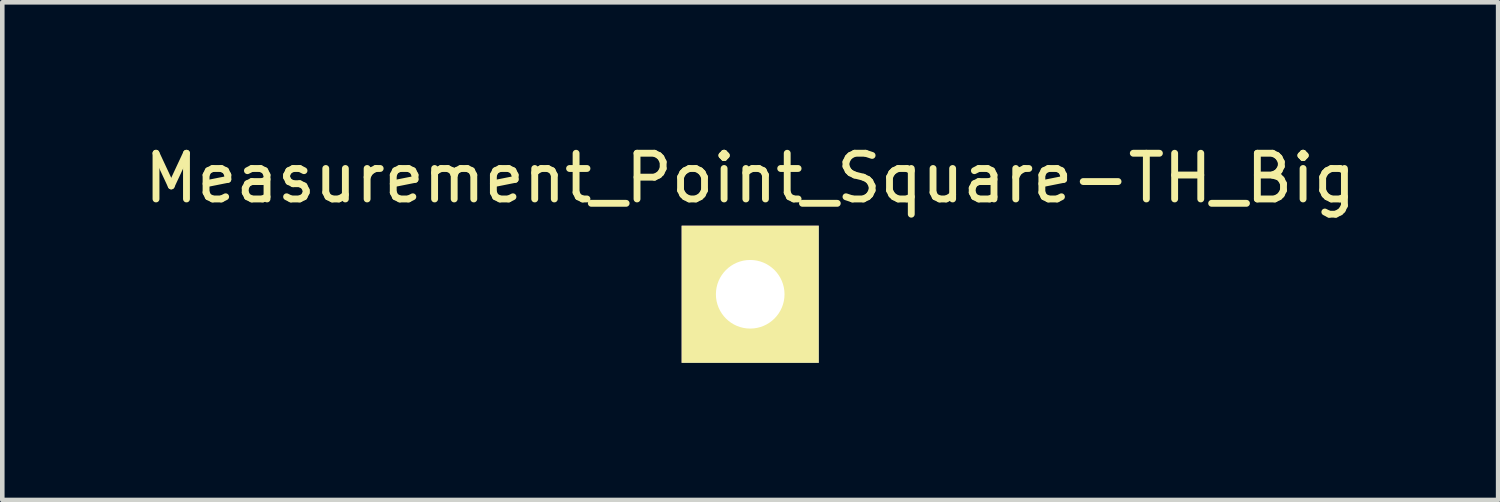
<source format=kicad_pcb>
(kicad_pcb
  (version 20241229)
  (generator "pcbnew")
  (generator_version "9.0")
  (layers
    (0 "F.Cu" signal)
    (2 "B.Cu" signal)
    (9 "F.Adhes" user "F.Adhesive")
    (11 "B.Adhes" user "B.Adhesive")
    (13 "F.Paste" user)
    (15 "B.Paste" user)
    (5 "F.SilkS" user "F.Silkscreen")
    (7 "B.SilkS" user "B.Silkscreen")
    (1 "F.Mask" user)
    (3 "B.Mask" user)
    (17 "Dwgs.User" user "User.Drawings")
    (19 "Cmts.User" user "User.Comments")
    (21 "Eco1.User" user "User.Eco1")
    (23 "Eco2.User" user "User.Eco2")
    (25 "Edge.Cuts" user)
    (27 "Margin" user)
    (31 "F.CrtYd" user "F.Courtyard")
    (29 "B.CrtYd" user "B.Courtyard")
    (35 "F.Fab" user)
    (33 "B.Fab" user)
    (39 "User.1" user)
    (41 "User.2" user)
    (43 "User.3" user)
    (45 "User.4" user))
  (footprint "Measurement_Point_Square-TH_Big"
    (layer "F.Cu")
    (at 13.363 3.388)
    (property "Reference" "Measurement_Point_Square-TH_Big" (at 0 -2.54 0) (layer "F.SilkS") (effects (font (size 1 1) (thickness 0.15))))
    (attr through_hole)
    (pad "1" thru_hole rect (at 0 0) (size 3 3) (drill 1.501) (layers "*.Cu" "*.Mask" "F.SilkS")))
  (gr_rect
    (start -3 -3)
    (end 29.726 7.888)
    (stroke (width 0.1) (type default))
    (fill no)
    (layer "Edge.Cuts")))
</source>
